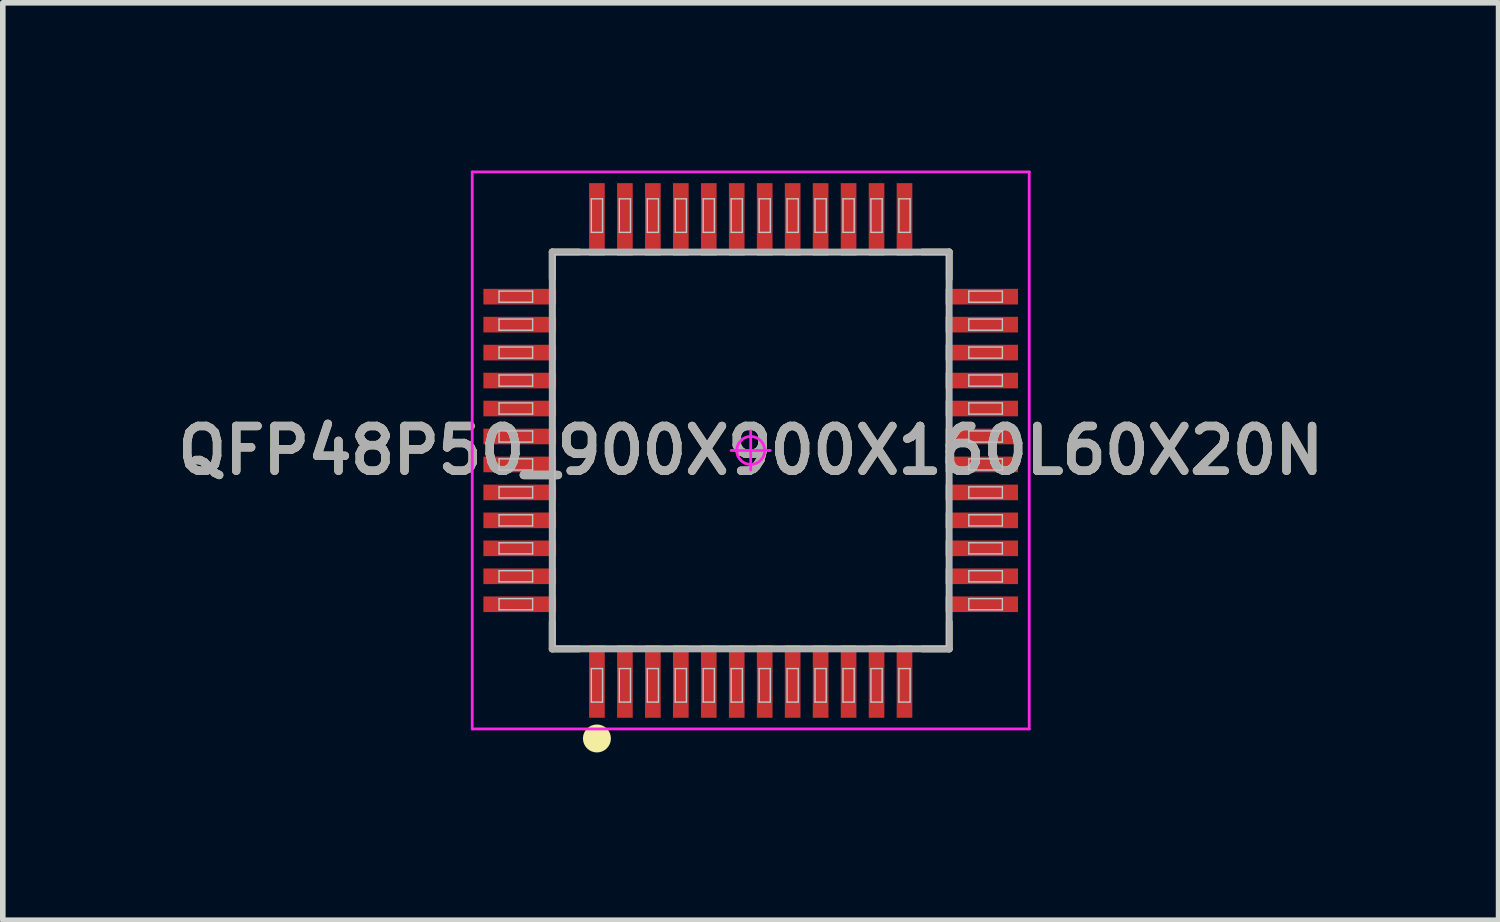
<source format=kicad_pcb>
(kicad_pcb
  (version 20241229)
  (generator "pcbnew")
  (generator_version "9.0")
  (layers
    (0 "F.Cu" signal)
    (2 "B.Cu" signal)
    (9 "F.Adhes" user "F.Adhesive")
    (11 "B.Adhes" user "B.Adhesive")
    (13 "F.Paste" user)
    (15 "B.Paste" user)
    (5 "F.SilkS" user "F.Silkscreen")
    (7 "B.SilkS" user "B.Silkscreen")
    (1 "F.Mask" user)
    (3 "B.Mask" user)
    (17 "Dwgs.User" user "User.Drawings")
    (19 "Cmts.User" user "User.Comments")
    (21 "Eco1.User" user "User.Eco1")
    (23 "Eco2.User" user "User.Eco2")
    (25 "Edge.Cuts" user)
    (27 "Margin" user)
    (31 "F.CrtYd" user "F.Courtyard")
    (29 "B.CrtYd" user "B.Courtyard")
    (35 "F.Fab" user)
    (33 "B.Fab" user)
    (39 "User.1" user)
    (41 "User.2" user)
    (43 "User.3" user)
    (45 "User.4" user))
  (footprint "QFP48P50_900X900X160L60X20N"
    (layer "F.Cu")
    (at 10.374 5.005)
    (property "Reference" "QFP48P50_900X900X160L60X20N" (at 0 0 0) (layer "F.Fab") (effects (font (size 0.8 0.8) (thickness 0.15))))
    (attr smd)
    (fp_line (start -3.55 -3.55) (end -3.55 -3.07) (stroke (width 0.12) (type solid)) (layer "F.SilkS"))
    (fp_line (start -3.55 3.55) (end -3.55 3.07) (stroke (width 0.12) (type solid)) (layer "F.SilkS"))
    (fp_line (start -3.07 -3.55) (end -3.55 -3.55) (stroke (width 0.12) (type solid)) (layer "F.SilkS"))
    (fp_line (start -3.07 3.55) (end -3.55 3.55) (stroke (width 0.12) (type solid)) (layer "F.SilkS"))
    (fp_line (start 3.07 -3.55) (end 3.55 -3.55) (stroke (width 0.12) (type solid)) (layer "F.SilkS"))
    (fp_line (start 3.07 3.55) (end 3.55 3.55) (stroke (width 0.12) (type solid)) (layer "F.SilkS"))
    (fp_line (start 3.55 -3.55) (end 3.55 -3.07) (stroke (width 0.12) (type solid)) (layer "F.SilkS"))
    (fp_line (start 3.55 3.55) (end 3.55 3.07) (stroke (width 0.12) (type solid)) (layer "F.SilkS"))
    (fp_circle (center -2.75 5.15) (end -2.75 5.275) (stroke (width 0.25) (type solid)) (fill no) (layer "F.SilkS"))
    (fp_line (start -4.5 -2.85) (end -3.9 -2.85) (stroke (width 0.025) (type solid)) (layer "Dwgs.User"))
    (fp_line (start -4.5 -2.65) (end -4.5 -2.85) (stroke (width 0.025) (type solid)) (layer "Dwgs.User"))
    (fp_line (start -4.5 -2.35) (end -3.9 -2.35) (stroke (width 0.025) (type solid)) (layer "Dwgs.User"))
    (fp_line (start -4.5 -2.15) (end -4.5 -2.35) (stroke (width 0.025) (type solid)) (layer "Dwgs.User"))
    (fp_line (start -4.5 -1.85) (end -3.9 -1.85) (stroke (width 0.025) (type solid)) (layer "Dwgs.User"))
    (fp_line (start -4.5 -1.65) (end -4.5 -1.85) (stroke (width 0.025) (type solid)) (layer "Dwgs.User"))
    (fp_line (start -4.5 -1.35) (end -3.9 -1.35) (stroke (width 0.025) (type solid)) (layer "Dwgs.User"))
    (fp_line (start -4.5 -1.15) (end -4.5 -1.35) (stroke (width 0.025) (type solid)) (layer "Dwgs.User"))
    (fp_line (start -4.5 -0.85) (end -3.9 -0.85) (stroke (width 0.025) (type solid)) (layer "Dwgs.User"))
    (fp_line (start -4.5 -0.65) (end -4.5 -0.85) (stroke (width 0.025) (type solid)) (layer "Dwgs.User"))
    (fp_line (start -4.5 -0.35) (end -3.9 -0.35) (stroke (width 0.025) (type solid)) (layer "Dwgs.User"))
    (fp_line (start -4.5 -0.15) (end -4.5 -0.35) (stroke (width 0.025) (type solid)) (layer "Dwgs.User"))
    (fp_line (start -4.5 0.15) (end -3.9 0.15) (stroke (width 0.025) (type solid)) (layer "Dwgs.User"))
    (fp_line (start -4.5 0.35) (end -4.5 0.15) (stroke (width 0.025) (type solid)) (layer "Dwgs.User"))
    (fp_line (start -4.5 0.65) (end -3.9 0.65) (stroke (width 0.025) (type solid)) (layer "Dwgs.User"))
    (fp_line (start -4.5 0.85) (end -4.5 0.65) (stroke (width 0.025) (type solid)) (layer "Dwgs.User"))
    (fp_line (start -4.5 1.15) (end -3.9 1.15) (stroke (width 0.025) (type solid)) (layer "Dwgs.User"))
    (fp_line (start -4.5 1.35) (end -4.5 1.15) (stroke (width 0.025) (type solid)) (layer "Dwgs.User"))
    (fp_line (start -4.5 1.65) (end -3.9 1.65) (stroke (width 0.025) (type solid)) (layer "Dwgs.User"))
    (fp_line (start -4.5 1.85) (end -4.5 1.65) (stroke (width 0.025) (type solid)) (layer "Dwgs.User"))
    (fp_line (start -4.5 2.15) (end -3.9 2.15) (stroke (width 0.025) (type solid)) (layer "Dwgs.User"))
    (fp_line (start -4.5 2.35) (end -4.5 2.15) (stroke (width 0.025) (type solid)) (layer "Dwgs.User"))
    (fp_line (start -4.5 2.65) (end -3.9 2.65) (stroke (width 0.025) (type solid)) (layer "Dwgs.User"))
    (fp_line (start -4.5 2.85) (end -4.5 2.65) (stroke (width 0.025) (type solid)) (layer "Dwgs.User"))
    (fp_line (start -3.9 -2.85) (end -3.9 -2.65) (stroke (width 0.025) (type solid)) (layer "Dwgs.User"))
    (fp_line (start -3.9 -2.65) (end -4.5 -2.65) (stroke (width 0.025) (type solid)) (layer "Dwgs.User"))
    (fp_line (start -3.9 -2.35) (end -3.9 -2.15) (stroke (width 0.025) (type solid)) (layer "Dwgs.User"))
    (fp_line (start -3.9 -2.15) (end -4.5 -2.15) (stroke (width 0.025) (type solid)) (layer "Dwgs.User"))
    (fp_line (start -3.9 -1.85) (end -3.9 -1.65) (stroke (width 0.025) (type solid)) (layer "Dwgs.User"))
    (fp_line (start -3.9 -1.65) (end -4.5 -1.65) (stroke (width 0.025) (type solid)) (layer "Dwgs.User"))
    (fp_line (start -3.9 -1.35) (end -3.9 -1.15) (stroke (width 0.025) (type solid)) (layer "Dwgs.User"))
    (fp_line (start -3.9 -1.15) (end -4.5 -1.15) (stroke (width 0.025) (type solid)) (layer "Dwgs.User"))
    (fp_line (start -3.9 -0.85) (end -3.9 -0.65) (stroke (width 0.025) (type solid)) (layer "Dwgs.User"))
    (fp_line (start -3.9 -0.65) (end -4.5 -0.65) (stroke (width 0.025) (type solid)) (layer "Dwgs.User"))
    (fp_line (start -3.9 -0.35) (end -3.9 -0.15) (stroke (width 0.025) (type solid)) (layer "Dwgs.User"))
    (fp_line (start -3.9 -0.15) (end -4.5 -0.15) (stroke (width 0.025) (type solid)) (layer "Dwgs.User"))
    (fp_line (start -3.9 0.15) (end -3.9 0.35) (stroke (width 0.025) (type solid)) (layer "Dwgs.User"))
    (fp_line (start -3.9 0.35) (end -4.5 0.35) (stroke (width 0.025) (type solid)) (layer "Dwgs.User"))
    (fp_line (start -3.9 0.65) (end -3.9 0.85) (stroke (width 0.025) (type solid)) (layer "Dwgs.User"))
    (fp_line (start -3.9 0.85) (end -4.5 0.85) (stroke (width 0.025) (type solid)) (layer "Dwgs.User"))
    (fp_line (start -3.9 1.15) (end -3.9 1.35) (stroke (width 0.025) (type solid)) (layer "Dwgs.User"))
    (fp_line (start -3.9 1.35) (end -4.5 1.35) (stroke (width 0.025) (type solid)) (layer "Dwgs.User"))
    (fp_line (start -3.9 1.65) (end -3.9 1.85) (stroke (width 0.025) (type solid)) (layer "Dwgs.User"))
    (fp_line (start -3.9 1.85) (end -4.5 1.85) (stroke (width 0.025) (type solid)) (layer "Dwgs.User"))
    (fp_line (start -3.9 2.15) (end -3.9 2.35) (stroke (width 0.025) (type solid)) (layer "Dwgs.User"))
    (fp_line (start -3.9 2.35) (end -4.5 2.35) (stroke (width 0.025) (type solid)) (layer "Dwgs.User"))
    (fp_line (start -3.9 2.65) (end -3.9 2.85) (stroke (width 0.025) (type solid)) (layer "Dwgs.User"))
    (fp_line (start -3.9 2.85) (end -4.5 2.85) (stroke (width 0.025) (type solid)) (layer "Dwgs.User"))
    (fp_line (start -3.5 -3.5) (end 3.5 -3.5) (stroke (width 0.025) (type solid)) (layer "Dwgs.User"))
    (fp_line (start -3.5 3.5) (end -3.5 -3.5) (stroke (width 0.025) (type solid)) (layer "Dwgs.User"))
    (fp_line (start -2.85 -4.5) (end -2.65 -4.5) (stroke (width 0.025) (type solid)) (layer "Dwgs.User"))
    (fp_line (start -2.85 -3.9) (end -2.85 -4.5) (stroke (width 0.025) (type solid)) (layer "Dwgs.User"))
    (fp_line (start -2.85 3.9) (end -2.65 3.9) (stroke (width 0.025) (type solid)) (layer "Dwgs.User"))
    (fp_line (start -2.85 4.5) (end -2.85 3.9) (stroke (width 0.025) (type solid)) (layer "Dwgs.User"))
    (fp_line (start -2.65 -4.5) (end -2.65 -3.9) (stroke (width 0.025) (type solid)) (layer "Dwgs.User"))
    (fp_line (start -2.65 -3.9) (end -2.85 -3.9) (stroke (width 0.025) (type solid)) (layer "Dwgs.User"))
    (fp_line (start -2.65 3.9) (end -2.65 4.5) (stroke (width 0.025) (type solid)) (layer "Dwgs.User"))
    (fp_line (start -2.65 4.5) (end -2.85 4.5) (stroke (width 0.025) (type solid)) (layer "Dwgs.User"))
    (fp_line (start -2.35 -4.5) (end -2.15 -4.5) (stroke (width 0.025) (type solid)) (layer "Dwgs.User"))
    (fp_line (start -2.35 -3.9) (end -2.35 -4.5) (stroke (width 0.025) (type solid)) (layer "Dwgs.User"))
    (fp_line (start -2.35 3.9) (end -2.15 3.9) (stroke (width 0.025) (type solid)) (layer "Dwgs.User"))
    (fp_line (start -2.35 4.5) (end -2.35 3.9) (stroke (width 0.025) (type solid)) (layer "Dwgs.User"))
    (fp_line (start -2.15 -4.5) (end -2.15 -3.9) (stroke (width 0.025) (type solid)) (layer "Dwgs.User"))
    (fp_line (start -2.15 -3.9) (end -2.35 -3.9) (stroke (width 0.025) (type solid)) (layer "Dwgs.User"))
    (fp_line (start -2.15 3.9) (end -2.15 4.5) (stroke (width 0.025) (type solid)) (layer "Dwgs.User"))
    (fp_line (start -2.15 4.5) (end -2.35 4.5) (stroke (width 0.025) (type solid)) (layer "Dwgs.User"))
    (fp_line (start -1.85 -4.5) (end -1.65 -4.5) (stroke (width 0.025) (type solid)) (layer "Dwgs.User"))
    (fp_line (start -1.85 -3.9) (end -1.85 -4.5) (stroke (width 0.025) (type solid)) (layer "Dwgs.User"))
    (fp_line (start -1.85 3.9) (end -1.65 3.9) (stroke (width 0.025) (type solid)) (layer "Dwgs.User"))
    (fp_line (start -1.85 4.5) (end -1.85 3.9) (stroke (width 0.025) (type solid)) (layer "Dwgs.User"))
    (fp_line (start -1.65 -4.5) (end -1.65 -3.9) (stroke (width 0.025) (type solid)) (layer "Dwgs.User"))
    (fp_line (start -1.65 -3.9) (end -1.85 -3.9) (stroke (width 0.025) (type solid)) (layer "Dwgs.User"))
    (fp_line (start -1.65 3.9) (end -1.65 4.5) (stroke (width 0.025) (type solid)) (layer "Dwgs.User"))
    (fp_line (start -1.65 4.5) (end -1.85 4.5) (stroke (width 0.025) (type solid)) (layer "Dwgs.User"))
    (fp_line (start -1.35 -4.5) (end -1.15 -4.5) (stroke (width 0.025) (type solid)) (layer "Dwgs.User"))
    (fp_line (start -1.35 -3.9) (end -1.35 -4.5) (stroke (width 0.025) (type solid)) (layer "Dwgs.User"))
    (fp_line (start -1.35 3.9) (end -1.15 3.9) (stroke (width 0.025) (type solid)) (layer "Dwgs.User"))
    (fp_line (start -1.35 4.5) (end -1.35 3.9) (stroke (width 0.025) (type solid)) (layer "Dwgs.User"))
    (fp_line (start -1.15 -4.5) (end -1.15 -3.9) (stroke (width 0.025) (type solid)) (layer "Dwgs.User"))
    (fp_line (start -1.15 -3.9) (end -1.35 -3.9) (stroke (width 0.025) (type solid)) (layer "Dwgs.User"))
    (fp_line (start -1.15 3.9) (end -1.15 4.5) (stroke (width 0.025) (type solid)) (layer "Dwgs.User"))
    (fp_line (start -1.15 4.5) (end -1.35 4.5) (stroke (width 0.025) (type solid)) (layer "Dwgs.User"))
    (fp_line (start -0.85 -4.5) (end -0.65 -4.5) (stroke (width 0.025) (type solid)) (layer "Dwgs.User"))
    (fp_line (start -0.85 -3.9) (end -0.85 -4.5) (stroke (width 0.025) (type solid)) (layer "Dwgs.User"))
    (fp_line (start -0.85 3.9) (end -0.65 3.9) (stroke (width 0.025) (type solid)) (layer "Dwgs.User"))
    (fp_line (start -0.85 4.5) (end -0.85 3.9) (stroke (width 0.025) (type solid)) (layer "Dwgs.User"))
    (fp_line (start -0.65 -4.5) (end -0.65 -3.9) (stroke (width 0.025) (type solid)) (layer "Dwgs.User"))
    (fp_line (start -0.65 -3.9) (end -0.85 -3.9) (stroke (width 0.025) (type solid)) (layer "Dwgs.User"))
    (fp_line (start -0.65 3.9) (end -0.65 4.5) (stroke (width 0.025) (type solid)) (layer "Dwgs.User"))
    (fp_line (start -0.65 4.5) (end -0.85 4.5) (stroke (width 0.025) (type solid)) (layer "Dwgs.User"))
    (fp_line (start -0.35 -4.5) (end -0.15 -4.5) (stroke (width 0.025) (type solid)) (layer "Dwgs.User"))
    (fp_line (start -0.35 -3.9) (end -0.35 -4.5) (stroke (width 0.025) (type solid)) (layer "Dwgs.User"))
    (fp_line (start -0.35 3.9) (end -0.15 3.9) (stroke (width 0.025) (type solid)) (layer "Dwgs.User"))
    (fp_line (start -0.35 4.5) (end -0.35 3.9) (stroke (width 0.025) (type solid)) (layer "Dwgs.User"))
    (fp_line (start -0.15 -4.5) (end -0.15 -3.9) (stroke (width 0.025) (type solid)) (layer "Dwgs.User"))
    (fp_line (start -0.15 -3.9) (end -0.35 -3.9) (stroke (width 0.025) (type solid)) (layer "Dwgs.User"))
    (fp_line (start -0.15 3.9) (end -0.15 4.5) (stroke (width 0.025) (type solid)) (layer "Dwgs.User"))
    (fp_line (start -0.15 4.5) (end -0.35 4.5) (stroke (width 0.025) (type solid)) (layer "Dwgs.User"))
    (fp_line (start 0.15 -4.5) (end 0.35 -4.5) (stroke (width 0.025) (type solid)) (layer "Dwgs.User"))
    (fp_line (start 0.15 -3.9) (end 0.15 -4.5) (stroke (width 0.025) (type solid)) (layer "Dwgs.User"))
    (fp_line (start 0.15 3.9) (end 0.35 3.9) (stroke (width 0.025) (type solid)) (layer "Dwgs.User"))
    (fp_line (start 0.15 4.5) (end 0.15 3.9) (stroke (width 0.025) (type solid)) (layer "Dwgs.User"))
    (fp_line (start 0.35 -4.5) (end 0.35 -3.9) (stroke (width 0.025) (type solid)) (layer "Dwgs.User"))
    (fp_line (start 0.35 -3.9) (end 0.15 -3.9) (stroke (width 0.025) (type solid)) (layer "Dwgs.User"))
    (fp_line (start 0.35 3.9) (end 0.35 4.5) (stroke (width 0.025) (type solid)) (layer "Dwgs.User"))
    (fp_line (start 0.35 4.5) (end 0.15 4.5) (stroke (width 0.025) (type solid)) (layer "Dwgs.User"))
    (fp_line (start 0.65 -4.5) (end 0.85 -4.5) (stroke (width 0.025) (type solid)) (layer "Dwgs.User"))
    (fp_line (start 0.65 -3.9) (end 0.65 -4.5) (stroke (width 0.025) (type solid)) (layer "Dwgs.User"))
    (fp_line (start 0.65 3.9) (end 0.85 3.9) (stroke (width 0.025) (type solid)) (layer "Dwgs.User"))
    (fp_line (start 0.65 4.5) (end 0.65 3.9) (stroke (width 0.025) (type solid)) (layer "Dwgs.User"))
    (fp_line (start 0.85 -4.5) (end 0.85 -3.9) (stroke (width 0.025) (type solid)) (layer "Dwgs.User"))
    (fp_line (start 0.85 -3.9) (end 0.65 -3.9) (stroke (width 0.025) (type solid)) (layer "Dwgs.User"))
    (fp_line (start 0.85 3.9) (end 0.85 4.5) (stroke (width 0.025) (type solid)) (layer "Dwgs.User"))
    (fp_line (start 0.85 4.5) (end 0.65 4.5) (stroke (width 0.025) (type solid)) (layer "Dwgs.User"))
    (fp_line (start 1.15 -4.5) (end 1.35 -4.5) (stroke (width 0.025) (type solid)) (layer "Dwgs.User"))
    (fp_line (start 1.15 -3.9) (end 1.15 -4.5) (stroke (width 0.025) (type solid)) (layer "Dwgs.User"))
    (fp_line (start 1.15 3.9) (end 1.35 3.9) (stroke (width 0.025) (type solid)) (layer "Dwgs.User"))
    (fp_line (start 1.15 4.5) (end 1.15 3.9) (stroke (width 0.025) (type solid)) (layer "Dwgs.User"))
    (fp_line (start 1.35 -4.5) (end 1.35 -3.9) (stroke (width 0.025) (type solid)) (layer "Dwgs.User"))
    (fp_line (start 1.35 -3.9) (end 1.15 -3.9) (stroke (width 0.025) (type solid)) (layer "Dwgs.User"))
    (fp_line (start 1.35 3.9) (end 1.35 4.5) (stroke (width 0.025) (type solid)) (layer "Dwgs.User"))
    (fp_line (start 1.35 4.5) (end 1.15 4.5) (stroke (width 0.025) (type solid)) (layer "Dwgs.User"))
    (fp_line (start 1.65 -4.5) (end 1.85 -4.5) (stroke (width 0.025) (type solid)) (layer "Dwgs.User"))
    (fp_line (start 1.65 -3.9) (end 1.65 -4.5) (stroke (width 0.025) (type solid)) (layer "Dwgs.User"))
    (fp_line (start 1.65 3.9) (end 1.85 3.9) (stroke (width 0.025) (type solid)) (layer "Dwgs.User"))
    (fp_line (start 1.65 4.5) (end 1.65 3.9) (stroke (width 0.025) (type solid)) (layer "Dwgs.User"))
    (fp_line (start 1.85 -4.5) (end 1.85 -3.9) (stroke (width 0.025) (type solid)) (layer "Dwgs.User"))
    (fp_line (start 1.85 -3.9) (end 1.65 -3.9) (stroke (width 0.025) (type solid)) (layer "Dwgs.User"))
    (fp_line (start 1.85 3.9) (end 1.85 4.5) (stroke (width 0.025) (type solid)) (layer "Dwgs.User"))
    (fp_line (start 1.85 4.5) (end 1.65 4.5) (stroke (width 0.025) (type solid)) (layer "Dwgs.User"))
    (fp_line (start 2.15 -4.5) (end 2.35 -4.5) (stroke (width 0.025) (type solid)) (layer "Dwgs.User"))
    (fp_line (start 2.15 -3.9) (end 2.15 -4.5) (stroke (width 0.025) (type solid)) (layer "Dwgs.User"))
    (fp_line (start 2.15 3.9) (end 2.35 3.9) (stroke (width 0.025) (type solid)) (layer "Dwgs.User"))
    (fp_line (start 2.15 4.5) (end 2.15 3.9) (stroke (width 0.025) (type solid)) (layer "Dwgs.User"))
    (fp_line (start 2.35 -4.5) (end 2.35 -3.9) (stroke (width 0.025) (type solid)) (layer "Dwgs.User"))
    (fp_line (start 2.35 -3.9) (end 2.15 -3.9) (stroke (width 0.025) (type solid)) (layer "Dwgs.User"))
    (fp_line (start 2.35 3.9) (end 2.35 4.5) (stroke (width 0.025) (type solid)) (layer "Dwgs.User"))
    (fp_line (start 2.35 4.5) (end 2.15 4.5) (stroke (width 0.025) (type solid)) (layer "Dwgs.User"))
    (fp_line (start 2.65 -4.5) (end 2.85 -4.5) (stroke (width 0.025) (type solid)) (layer "Dwgs.User"))
    (fp_line (start 2.65 -3.9) (end 2.65 -4.5) (stroke (width 0.025) (type solid)) (layer "Dwgs.User"))
    (fp_line (start 2.65 3.9) (end 2.85 3.9) (stroke (width 0.025) (type solid)) (layer "Dwgs.User"))
    (fp_line (start 2.65 4.5) (end 2.65 3.9) (stroke (width 0.025) (type solid)) (layer "Dwgs.User"))
    (fp_line (start 2.85 -4.5) (end 2.85 -3.9) (stroke (width 0.025) (type solid)) (layer "Dwgs.User"))
    (fp_line (start 2.85 -3.9) (end 2.65 -3.9) (stroke (width 0.025) (type solid)) (layer "Dwgs.User"))
    (fp_line (start 2.85 3.9) (end 2.85 4.5) (stroke (width 0.025) (type solid)) (layer "Dwgs.User"))
    (fp_line (start 2.85 4.5) (end 2.65 4.5) (stroke (width 0.025) (type solid)) (layer "Dwgs.User"))
    (fp_line (start 3.5 -3.5) (end 3.5 3.5) (stroke (width 0.025) (type solid)) (layer "Dwgs.User"))
    (fp_line (start 3.5 3.5) (end -3.5 3.5) (stroke (width 0.025) (type solid)) (layer "Dwgs.User"))
    (fp_line (start 3.9 -2.85) (end 4.5 -2.85) (stroke (width 0.025) (type solid)) (layer "Dwgs.User"))
    (fp_line (start 3.9 -2.65) (end 3.9 -2.85) (stroke (width 0.025) (type solid)) (layer "Dwgs.User"))
    (fp_line (start 3.9 -2.35) (end 4.5 -2.35) (stroke (width 0.025) (type solid)) (layer "Dwgs.User"))
    (fp_line (start 3.9 -2.15) (end 3.9 -2.35) (stroke (width 0.025) (type solid)) (layer "Dwgs.User"))
    (fp_line (start 3.9 -1.85) (end 4.5 -1.85) (stroke (width 0.025) (type solid)) (layer "Dwgs.User"))
    (fp_line (start 3.9 -1.65) (end 3.9 -1.85) (stroke (width 0.025) (type solid)) (layer "Dwgs.User"))
    (fp_line (start 3.9 -1.35) (end 4.5 -1.35) (stroke (width 0.025) (type solid)) (layer "Dwgs.User"))
    (fp_line (start 3.9 -1.15) (end 3.9 -1.35) (stroke (width 0.025) (type solid)) (layer "Dwgs.User"))
    (fp_line (start 3.9 -0.85) (end 4.5 -0.85) (stroke (width 0.025) (type solid)) (layer "Dwgs.User"))
    (fp_line (start 3.9 -0.65) (end 3.9 -0.85) (stroke (width 0.025) (type solid)) (layer "Dwgs.User"))
    (fp_line (start 3.9 -0.35) (end 4.5 -0.35) (stroke (width 0.025) (type solid)) (layer "Dwgs.User"))
    (fp_line (start 3.9 -0.15) (end 3.9 -0.35) (stroke (width 0.025) (type solid)) (layer "Dwgs.User"))
    (fp_line (start 3.9 0.15) (end 4.5 0.15) (stroke (width 0.025) (type solid)) (layer "Dwgs.User"))
    (fp_line (start 3.9 0.35) (end 3.9 0.15) (stroke (width 0.025) (type solid)) (layer "Dwgs.User"))
    (fp_line (start 3.9 0.65) (end 4.5 0.65) (stroke (width 0.025) (type solid)) (layer "Dwgs.User"))
    (fp_line (start 3.9 0.85) (end 3.9 0.65) (stroke (width 0.025) (type solid)) (layer "Dwgs.User"))
    (fp_line (start 3.9 1.15) (end 4.5 1.15) (stroke (width 0.025) (type solid)) (layer "Dwgs.User"))
    (fp_line (start 3.9 1.35) (end 3.9 1.15) (stroke (width 0.025) (type solid)) (layer "Dwgs.User"))
    (fp_line (start 3.9 1.65) (end 4.5 1.65) (stroke (width 0.025) (type solid)) (layer "Dwgs.User"))
    (fp_line (start 3.9 1.85) (end 3.9 1.65) (stroke (width 0.025) (type solid)) (layer "Dwgs.User"))
    (fp_line (start 3.9 2.15) (end 4.5 2.15) (stroke (width 0.025) (type solid)) (layer "Dwgs.User"))
    (fp_line (start 3.9 2.35) (end 3.9 2.15) (stroke (width 0.025) (type solid)) (layer "Dwgs.User"))
    (fp_line (start 3.9 2.65) (end 4.5 2.65) (stroke (width 0.025) (type solid)) (layer "Dwgs.User"))
    (fp_line (start 3.9 2.85) (end 3.9 2.65) (stroke (width 0.025) (type solid)) (layer "Dwgs.User"))
    (fp_line (start 4.5 -2.85) (end 4.5 -2.65) (stroke (width 0.025) (type solid)) (layer "Dwgs.User"))
    (fp_line (start 4.5 -2.65) (end 3.9 -2.65) (stroke (width 0.025) (type solid)) (layer "Dwgs.User"))
    (fp_line (start 4.5 -2.35) (end 4.5 -2.15) (stroke (width 0.025) (type solid)) (layer "Dwgs.User"))
    (fp_line (start 4.5 -2.15) (end 3.9 -2.15) (stroke (width 0.025) (type solid)) (layer "Dwgs.User"))
    (fp_line (start 4.5 -1.85) (end 4.5 -1.65) (stroke (width 0.025) (type solid)) (layer "Dwgs.User"))
    (fp_line (start 4.5 -1.65) (end 3.9 -1.65) (stroke (width 0.025) (type solid)) (layer "Dwgs.User"))
    (fp_line (start 4.5 -1.35) (end 4.5 -1.15) (stroke (width 0.025) (type solid)) (layer "Dwgs.User"))
    (fp_line (start 4.5 -1.15) (end 3.9 -1.15) (stroke (width 0.025) (type solid)) (layer "Dwgs.User"))
    (fp_line (start 4.5 -0.85) (end 4.5 -0.65) (stroke (width 0.025) (type solid)) (layer "Dwgs.User"))
    (fp_line (start 4.5 -0.65) (end 3.9 -0.65) (stroke (width 0.025) (type solid)) (layer "Dwgs.User"))
    (fp_line (start 4.5 -0.35) (end 4.5 -0.15) (stroke (width 0.025) (type solid)) (layer "Dwgs.User"))
    (fp_line (start 4.5 -0.15) (end 3.9 -0.15) (stroke (width 0.025) (type solid)) (layer "Dwgs.User"))
    (fp_line (start 4.5 0.15) (end 4.5 0.35) (stroke (width 0.025) (type solid)) (layer "Dwgs.User"))
    (fp_line (start 4.5 0.35) (end 3.9 0.35) (stroke (width 0.025) (type solid)) (layer "Dwgs.User"))
    (fp_line (start 4.5 0.65) (end 4.5 0.85) (stroke (width 0.025) (type solid)) (layer "Dwgs.User"))
    (fp_line (start 4.5 0.85) (end 3.9 0.85) (stroke (width 0.025) (type solid)) (layer "Dwgs.User"))
    (fp_line (start 4.5 1.15) (end 4.5 1.35) (stroke (width 0.025) (type solid)) (layer "Dwgs.User"))
    (fp_line (start 4.5 1.35) (end 3.9 1.35) (stroke (width 0.025) (type solid)) (layer "Dwgs.User"))
    (fp_line (start 4.5 1.65) (end 4.5 1.85) (stroke (width 0.025) (type solid)) (layer "Dwgs.User"))
    (fp_line (start 4.5 1.85) (end 3.9 1.85) (stroke (width 0.025) (type solid)) (layer "Dwgs.User"))
    (fp_line (start 4.5 2.15) (end 4.5 2.35) (stroke (width 0.025) (type solid)) (layer "Dwgs.User"))
    (fp_line (start 4.5 2.35) (end 3.9 2.35) (stroke (width 0.025) (type solid)) (layer "Dwgs.User"))
    (fp_line (start 4.5 2.65) (end 4.5 2.85) (stroke (width 0.025) (type solid)) (layer "Dwgs.User"))
    (fp_line (start 4.5 2.85) (end 3.9 2.85) (stroke (width 0.025) (type solid)) (layer "Dwgs.User"))
    (fp_line (start -4.98 -4.98) (end 4.98 -4.98) (stroke (width 0.05) (type solid)) (layer "F.CrtYd"))
    (fp_line (start -4.98 4.98) (end -4.98 -4.98) (stroke (width 0.05) (type solid)) (layer "F.CrtYd"))
    (fp_line (start -0.35 0) (end 0.35 0) (stroke (width 0.05) (type solid)) (layer "F.CrtYd"))
    (fp_line (start 0 -0.35) (end 0 0.35) (stroke (width 0.05) (type solid)) (layer "F.CrtYd"))
    (fp_line (start 4.98 -4.98) (end 4.98 4.98) (stroke (width 0.05) (type solid)) (layer "F.CrtYd"))
    (fp_line (start 4.98 4.98) (end -4.98 4.98) (stroke (width 0.05) (type solid)) (layer "F.CrtYd"))
    (fp_circle (center 0 0) (end 0 0.25) (stroke (width 0.05) (type solid)) (fill no) (layer "F.CrtYd"))
    (fp_line (start -3.55 -3.55) (end 3.55 -3.55) (stroke (width 0.12) (type solid)) (layer "F.Fab"))
    (fp_line (start -3.55 3.55) (end -3.55 -3.55) (stroke (width 0.12) (type solid)) (layer "F.Fab"))
    (fp_line (start 3.55 -3.55) (end 3.55 3.55) (stroke (width 0.12) (type solid)) (layer "F.Fab"))
    (fp_line (start 3.55 3.55) (end -3.55 3.55) (stroke (width 0.12) (type solid)) (layer "F.Fab"))
    (fp_text user "${REFERENCE}" (at 0 0 0) (layer "F.SilkS") (effects (font (size 0.8 0.8) (thickness 0.15))))
    (pad "1" smd rect (at -2.75 4.13 90) (size 1.3 0.28) (layers "F.Cu" "F.Mask" "F.Paste"))
    (pad "2" smd rect (at -2.25 4.13 90) (size 1.3 0.28) (layers "F.Cu" "F.Mask" "F.Paste"))
    (pad "3" smd rect (at -1.75 4.13 90) (size 1.3 0.28) (layers "F.Cu" "F.Mask" "F.Paste"))
    (pad "4" smd rect (at -1.25 4.13 90) (size 1.3 0.28) (layers "F.Cu" "F.Mask" "F.Paste"))
    (pad "5" smd rect (at -0.75 4.13 90) (size 1.3 0.28) (layers "F.Cu" "F.Mask" "F.Paste"))
    (pad "6" smd rect (at -0.25 4.13 90) (size 1.3 0.28) (layers "F.Cu" "F.Mask" "F.Paste"))
    (pad "7" smd rect (at 0.25 4.13 90) (size 1.3 0.28) (layers "F.Cu" "F.Mask" "F.Paste"))
    (pad "8" smd rect (at 0.75 4.13 90) (size 1.3 0.28) (layers "F.Cu" "F.Mask" "F.Paste"))
    (pad "9" smd rect (at 1.25 4.13 90) (size 1.3 0.28) (layers "F.Cu" "F.Mask" "F.Paste"))
    (pad "10" smd rect (at 1.75 4.13 90) (size 1.3 0.28) (layers "F.Cu" "F.Mask" "F.Paste"))
    (pad "11" smd rect (at 2.25 4.13 90) (size 1.3 0.28) (layers "F.Cu" "F.Mask" "F.Paste"))
    (pad "12" smd rect (at 2.75 4.13 90) (size 1.3 0.28) (layers "F.Cu" "F.Mask" "F.Paste"))
    (pad "13" smd rect (at 4.13 2.75) (size 1.3 0.28) (layers "F.Cu" "F.Mask" "F.Paste"))
    (pad "14" smd rect (at 4.13 2.25) (size 1.3 0.28) (layers "F.Cu" "F.Mask" "F.Paste"))
    (pad "15" smd rect (at 4.13 1.75) (size 1.3 0.28) (layers "F.Cu" "F.Mask" "F.Paste"))
    (pad "16" smd rect (at 4.13 1.25) (size 1.3 0.28) (layers "F.Cu" "F.Mask" "F.Paste"))
    (pad "17" smd rect (at 4.13 0.75) (size 1.3 0.28) (layers "F.Cu" "F.Mask" "F.Paste"))
    (pad "18" smd rect (at 4.13 0.25) (size 1.3 0.28) (layers "F.Cu" "F.Mask" "F.Paste"))
    (pad "19" smd rect (at 4.13 -0.25) (size 1.3 0.28) (layers "F.Cu" "F.Mask" "F.Paste"))
    (pad "20" smd rect (at 4.13 -0.75) (size 1.3 0.28) (layers "F.Cu" "F.Mask" "F.Paste"))
    (pad "21" smd rect (at 4.13 -1.25) (size 1.3 0.28) (layers "F.Cu" "F.Mask" "F.Paste"))
    (pad "22" smd rect (at 4.13 -1.75) (size 1.3 0.28) (layers "F.Cu" "F.Mask" "F.Paste"))
    (pad "23" smd rect (at 4.13 -2.25) (size 1.3 0.28) (layers "F.Cu" "F.Mask" "F.Paste"))
    (pad "24" smd rect (at 4.13 -2.75) (size 1.3 0.28) (layers "F.Cu" "F.Mask" "F.Paste"))
    (pad "25" smd rect (at 2.75 -4.13 90) (size 1.3 0.28) (layers "F.Cu" "F.Mask" "F.Paste"))
    (pad "26" smd rect (at 2.25 -4.13 90) (size 1.3 0.28) (layers "F.Cu" "F.Mask" "F.Paste"))
    (pad "27" smd rect (at 1.75 -4.13 90) (size 1.3 0.28) (layers "F.Cu" "F.Mask" "F.Paste"))
    (pad "28" smd rect (at 1.25 -4.13 90) (size 1.3 0.28) (layers "F.Cu" "F.Mask" "F.Paste"))
    (pad "29" smd rect (at 0.75 -4.13 90) (size 1.3 0.28) (layers "F.Cu" "F.Mask" "F.Paste"))
    (pad "30" smd rect (at 0.25 -4.13 90) (size 1.3 0.28) (layers "F.Cu" "F.Mask" "F.Paste"))
    (pad "31" smd rect (at -0.25 -4.13 90) (size 1.3 0.28) (layers "F.Cu" "F.Mask" "F.Paste"))
    (pad "32" smd rect (at -0.75 -4.13 90) (size 1.3 0.28) (layers "F.Cu" "F.Mask" "F.Paste"))
    (pad "33" smd rect (at -1.25 -4.13 90) (size 1.3 0.28) (layers "F.Cu" "F.Mask" "F.Paste"))
    (pad "34" smd rect (at -1.75 -4.13 90) (size 1.3 0.28) (layers "F.Cu" "F.Mask" "F.Paste"))
    (pad "35" smd rect (at -2.25 -4.13 90) (size 1.3 0.28) (layers "F.Cu" "F.Mask" "F.Paste"))
    (pad "36" smd rect (at -2.75 -4.13 90) (size 1.3 0.28) (layers "F.Cu" "F.Mask" "F.Paste"))
    (pad "37" smd rect (at -4.13 -2.75) (size 1.3 0.28) (layers "F.Cu" "F.Mask" "F.Paste"))
    (pad "38" smd rect (at -4.13 -2.25) (size 1.3 0.28) (layers "F.Cu" "F.Mask" "F.Paste"))
    (pad "39" smd rect (at -4.13 -1.75) (size 1.3 0.28) (layers "F.Cu" "F.Mask" "F.Paste"))
    (pad "40" smd rect (at -4.13 -1.25) (size 1.3 0.28) (layers "F.Cu" "F.Mask" "F.Paste"))
    (pad "41" smd rect (at -4.13 -0.75) (size 1.3 0.28) (layers "F.Cu" "F.Mask" "F.Paste"))
    (pad "42" smd rect (at -4.13 -0.25) (size 1.3 0.28) (layers "F.Cu" "F.Mask" "F.Paste"))
    (pad "43" smd rect (at -4.13 0.25) (size 1.3 0.28) (layers "F.Cu" "F.Mask" "F.Paste"))
    (pad "44" smd rect (at -4.13 0.75) (size 1.3 0.28) (layers "F.Cu" "F.Mask" "F.Paste"))
    (pad "45" smd rect (at -4.13 1.25) (size 1.3 0.28) (layers "F.Cu" "F.Mask" "F.Paste"))
    (pad "46" smd rect (at -4.13 1.75) (size 1.3 0.28) (layers "F.Cu" "F.Mask" "F.Paste"))
    (pad "47" smd rect (at -4.13 2.25) (size 1.3 0.28) (layers "F.Cu" "F.Mask" "F.Paste"))
    (pad "48" smd rect (at -4.13 2.75) (size 1.3 0.28) (layers "F.Cu" "F.Mask" "F.Paste")))
  (gr_rect
    (start -3 -3)
    (end 23.747 13.405)
    (stroke (width 0.1) (type default))
    (fill no)
    (layer "Edge.Cuts")))
</source>
